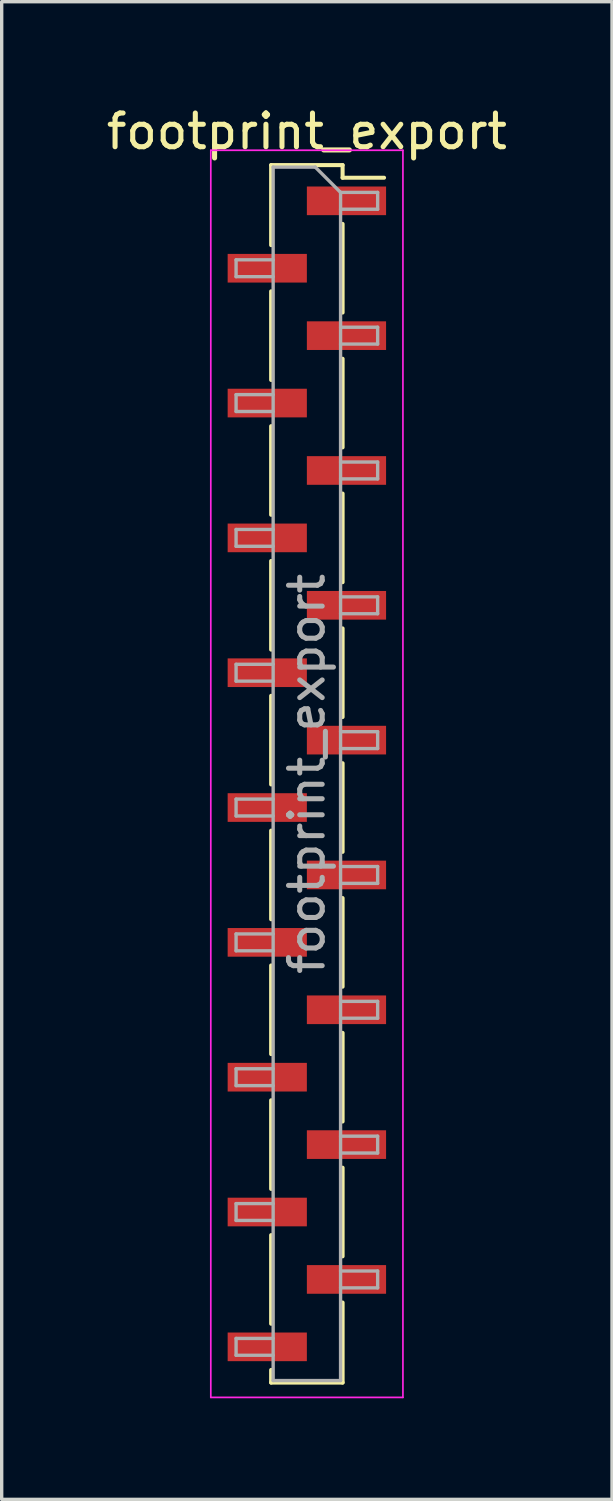
<source format=kicad_pcb>
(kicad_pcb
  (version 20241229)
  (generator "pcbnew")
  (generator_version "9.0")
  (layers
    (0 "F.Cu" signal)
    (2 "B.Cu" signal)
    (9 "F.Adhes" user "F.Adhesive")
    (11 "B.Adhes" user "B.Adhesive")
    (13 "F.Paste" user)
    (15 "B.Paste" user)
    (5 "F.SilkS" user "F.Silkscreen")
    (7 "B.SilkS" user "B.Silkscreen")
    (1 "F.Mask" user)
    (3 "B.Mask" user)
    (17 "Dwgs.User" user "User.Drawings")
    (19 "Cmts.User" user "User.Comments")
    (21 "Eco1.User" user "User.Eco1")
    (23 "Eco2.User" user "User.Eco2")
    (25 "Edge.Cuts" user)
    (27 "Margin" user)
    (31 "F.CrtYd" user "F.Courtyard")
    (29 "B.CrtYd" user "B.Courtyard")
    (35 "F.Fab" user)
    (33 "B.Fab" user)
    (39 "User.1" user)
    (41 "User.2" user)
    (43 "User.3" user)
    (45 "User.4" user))
  (footprint "footprint_export"
    (layer "F.Cu")
    (at 6.054 19.908)
    (property "Reference" "footprint_export" (at 0 -19.06 0) (layer "F.SilkS") (effects (font (size 1 1) (thickness 0.15))))
    (attr smd)
    (fp_line (start -1.06 -18.06) (end -1.06 -15.685) (stroke (width 0.12) (type solid)) (layer "F.SilkS"))
    (fp_line (start -1.06 -18.06) (end 1.06 -18.06) (stroke (width 0.12) (type solid)) (layer "F.SilkS"))
    (fp_line (start -1.06 -14.315) (end -1.06 -11.685) (stroke (width 0.12) (type solid)) (layer "F.SilkS"))
    (fp_line (start -1.06 -10.315) (end -1.06 -7.685) (stroke (width 0.12) (type solid)) (layer "F.SilkS"))
    (fp_line (start -1.06 -6.315) (end -1.06 -3.685) (stroke (width 0.12) (type solid)) (layer "F.SilkS"))
    (fp_line (start -1.06 -2.315) (end -1.06 0.315) (stroke (width 0.12) (type solid)) (layer "F.SilkS"))
    (fp_line (start -1.06 1.685) (end -1.06 4.315) (stroke (width 0.12) (type solid)) (layer "F.SilkS"))
    (fp_line (start -1.06 5.685) (end -1.06 8.315) (stroke (width 0.12) (type solid)) (layer "F.SilkS"))
    (fp_line (start -1.06 9.685) (end -1.06 12.315) (stroke (width 0.12) (type solid)) (layer "F.SilkS"))
    (fp_line (start -1.06 13.685) (end -1.06 16.315) (stroke (width 0.12) (type solid)) (layer "F.SilkS"))
    (fp_line (start -1.06 17.685) (end -1.06 18.06) (stroke (width 0.12) (type solid)) (layer "F.SilkS"))
    (fp_line (start -1.06 18.06) (end 1.06 18.06) (stroke (width 0.12) (type solid)) (layer "F.SilkS"))
    (fp_line (start 1.06 -18.06) (end 1.06 -17.685) (stroke (width 0.12) (type solid)) (layer "F.SilkS"))
    (fp_line (start 1.06 -17.685) (end 2.29 -17.685) (stroke (width 0.12) (type solid)) (layer "F.SilkS"))
    (fp_line (start 1.06 -16.315) (end 1.06 -13.685) (stroke (width 0.12) (type solid)) (layer "F.SilkS"))
    (fp_line (start 1.06 -12.315) (end 1.06 -9.685) (stroke (width 0.12) (type solid)) (layer "F.SilkS"))
    (fp_line (start 1.06 -8.315) (end 1.06 -5.685) (stroke (width 0.12) (type solid)) (layer "F.SilkS"))
    (fp_line (start 1.06 -4.315) (end 1.06 -1.685) (stroke (width 0.12) (type solid)) (layer "F.SilkS"))
    (fp_line (start 1.06 -0.315) (end 1.06 2.315) (stroke (width 0.12) (type solid)) (layer "F.SilkS"))
    (fp_line (start 1.06 3.685) (end 1.06 6.315) (stroke (width 0.12) (type solid)) (layer "F.SilkS"))
    (fp_line (start 1.06 7.685) (end 1.06 10.315) (stroke (width 0.12) (type solid)) (layer "F.SilkS"))
    (fp_line (start 1.06 11.685) (end 1.06 14.315) (stroke (width 0.12) (type solid)) (layer "F.SilkS"))
    (fp_line (start 1.06 15.685) (end 1.06 18.06) (stroke (width 0.12) (type solid)) (layer "F.SilkS"))
    (fp_line (start -2.85 -18.5) (end -2.85 18.5) (stroke (width 0.05) (type solid)) (layer "F.CrtYd"))
    (fp_line (start -2.85 18.5) (end 2.85 18.5) (stroke (width 0.05) (type solid)) (layer "F.CrtYd"))
    (fp_line (start 2.85 -18.5) (end -2.85 -18.5) (stroke (width 0.05) (type solid)) (layer "F.CrtYd"))
    (fp_line (start 2.85 18.5) (end 2.85 -18.5) (stroke (width 0.05) (type solid)) (layer "F.CrtYd"))
    (fp_line (start -2.1 -15.25) (end -2.1 -14.75) (stroke (width 0.1) (type solid)) (layer "F.Fab"))
    (fp_line (start -2.1 -14.75) (end -1 -14.75) (stroke (width 0.1) (type solid)) (layer "F.Fab"))
    (fp_line (start -2.1 -11.25) (end -2.1 -10.75) (stroke (width 0.1) (type solid)) (layer "F.Fab"))
    (fp_line (start -2.1 -10.75) (end -1 -10.75) (stroke (width 0.1) (type solid)) (layer "F.Fab"))
    (fp_line (start -2.1 -7.25) (end -2.1 -6.75) (stroke (width 0.1) (type solid)) (layer "F.Fab"))
    (fp_line (start -2.1 -6.75) (end -1 -6.75) (stroke (width 0.1) (type solid)) (layer "F.Fab"))
    (fp_line (start -2.1 -3.25) (end -2.1 -2.75) (stroke (width 0.1) (type solid)) (layer "F.Fab"))
    (fp_line (start -2.1 -2.75) (end -1 -2.75) (stroke (width 0.1) (type solid)) (layer "F.Fab"))
    (fp_line (start -2.1 0.75) (end -2.1 1.25) (stroke (width 0.1) (type solid)) (layer "F.Fab"))
    (fp_line (start -2.1 1.25) (end -1 1.25) (stroke (width 0.1) (type solid)) (layer "F.Fab"))
    (fp_line (start -2.1 4.75) (end -2.1 5.25) (stroke (width 0.1) (type solid)) (layer "F.Fab"))
    (fp_line (start -2.1 5.25) (end -1 5.25) (stroke (width 0.1) (type solid)) (layer "F.Fab"))
    (fp_line (start -2.1 8.75) (end -2.1 9.25) (stroke (width 0.1) (type solid)) (layer "F.Fab"))
    (fp_line (start -2.1 9.25) (end -1 9.25) (stroke (width 0.1) (type solid)) (layer "F.Fab"))
    (fp_line (start -2.1 12.75) (end -2.1 13.25) (stroke (width 0.1) (type solid)) (layer "F.Fab"))
    (fp_line (start -2.1 13.25) (end -1 13.25) (stroke (width 0.1) (type solid)) (layer "F.Fab"))
    (fp_line (start -2.1 16.75) (end -2.1 17.25) (stroke (width 0.1) (type solid)) (layer "F.Fab"))
    (fp_line (start -2.1 17.25) (end -1 17.25) (stroke (width 0.1) (type solid)) (layer "F.Fab"))
    (fp_line (start -1 -18) (end -1 18) (stroke (width 0.1) (type solid)) (layer "F.Fab"))
    (fp_line (start -1 -18) (end 0.25 -18) (stroke (width 0.1) (type solid)) (layer "F.Fab"))
    (fp_line (start -1 -15.25) (end -2.1 -15.25) (stroke (width 0.1) (type solid)) (layer "F.Fab"))
    (fp_line (start -1 -11.25) (end -2.1 -11.25) (stroke (width 0.1) (type solid)) (layer "F.Fab"))
    (fp_line (start -1 -7.25) (end -2.1 -7.25) (stroke (width 0.1) (type solid)) (layer "F.Fab"))
    (fp_line (start -1 -3.25) (end -2.1 -3.25) (stroke (width 0.1) (type solid)) (layer "F.Fab"))
    (fp_line (start -1 0.75) (end -2.1 0.75) (stroke (width 0.1) (type solid)) (layer "F.Fab"))
    (fp_line (start -1 4.75) (end -2.1 4.75) (stroke (width 0.1) (type solid)) (layer "F.Fab"))
    (fp_line (start -1 8.75) (end -2.1 8.75) (stroke (width 0.1) (type solid)) (layer "F.Fab"))
    (fp_line (start -1 12.75) (end -2.1 12.75) (stroke (width 0.1) (type solid)) (layer "F.Fab"))
    (fp_line (start -1 16.75) (end -2.1 16.75) (stroke (width 0.1) (type solid)) (layer "F.Fab"))
    (fp_line (start 1 -17.25) (end 0.25 -18) (stroke (width 0.1) (type solid)) (layer "F.Fab"))
    (fp_line (start 1 -17.25) (end 2.1 -17.25) (stroke (width 0.1) (type solid)) (layer "F.Fab"))
    (fp_line (start 1 -13.25) (end 2.1 -13.25) (stroke (width 0.1) (type solid)) (layer "F.Fab"))
    (fp_line (start 1 -9.25) (end 2.1 -9.25) (stroke (width 0.1) (type solid)) (layer "F.Fab"))
    (fp_line (start 1 -5.25) (end 2.1 -5.25) (stroke (width 0.1) (type solid)) (layer "F.Fab"))
    (fp_line (start 1 -1.25) (end 2.1 -1.25) (stroke (width 0.1) (type solid)) (layer "F.Fab"))
    (fp_line (start 1 2.75) (end 2.1 2.75) (stroke (width 0.1) (type solid)) (layer "F.Fab"))
    (fp_line (start 1 6.75) (end 2.1 6.75) (stroke (width 0.1) (type solid)) (layer "F.Fab"))
    (fp_line (start 1 10.75) (end 2.1 10.75) (stroke (width 0.1) (type solid)) (layer "F.Fab"))
    (fp_line (start 1 14.75) (end 2.1 14.75) (stroke (width 0.1) (type solid)) (layer "F.Fab"))
    (fp_line (start 1 18) (end -1 18) (stroke (width 0.1) (type solid)) (layer "F.Fab"))
    (fp_line (start 1 18) (end 1 -17.25) (stroke (width 0.1) (type solid)) (layer "F.Fab"))
    (fp_line (start 2.1 -17.25) (end 2.1 -16.75) (stroke (width 0.1) (type solid)) (layer "F.Fab"))
    (fp_line (start 2.1 -16.75) (end 1 -16.75) (stroke (width 0.1) (type solid)) (layer "F.Fab"))
    (fp_line (start 2.1 -13.25) (end 2.1 -12.75) (stroke (width 0.1) (type solid)) (layer "F.Fab"))
    (fp_line (start 2.1 -12.75) (end 1 -12.75) (stroke (width 0.1) (type solid)) (layer "F.Fab"))
    (fp_line (start 2.1 -9.25) (end 2.1 -8.75) (stroke (width 0.1) (type solid)) (layer "F.Fab"))
    (fp_line (start 2.1 -8.75) (end 1 -8.75) (stroke (width 0.1) (type solid)) (layer "F.Fab"))
    (fp_line (start 2.1 -5.25) (end 2.1 -4.75) (stroke (width 0.1) (type solid)) (layer "F.Fab"))
    (fp_line (start 2.1 -4.75) (end 1 -4.75) (stroke (width 0.1) (type solid)) (layer "F.Fab"))
    (fp_line (start 2.1 -1.25) (end 2.1 -0.75) (stroke (width 0.1) (type solid)) (layer "F.Fab"))
    (fp_line (start 2.1 -0.75) (end 1 -0.75) (stroke (width 0.1) (type solid)) (layer "F.Fab"))
    (fp_line (start 2.1 2.75) (end 2.1 3.25) (stroke (width 0.1) (type solid)) (layer "F.Fab"))
    (fp_line (start 2.1 3.25) (end 1 3.25) (stroke (width 0.1) (type solid)) (layer "F.Fab"))
    (fp_line (start 2.1 6.75) (end 2.1 7.25) (stroke (width 0.1) (type solid)) (layer "F.Fab"))
    (fp_line (start 2.1 7.25) (end 1 7.25) (stroke (width 0.1) (type solid)) (layer "F.Fab"))
    (fp_line (start 2.1 10.75) (end 2.1 11.25) (stroke (width 0.1) (type solid)) (layer "F.Fab"))
    (fp_line (start 2.1 11.25) (end 1 11.25) (stroke (width 0.1) (type solid)) (layer "F.Fab"))
    (fp_line (start 2.1 14.75) (end 2.1 15.25) (stroke (width 0.1) (type solid)) (layer "F.Fab"))
    (fp_line (start 2.1 15.25) (end 1 15.25) (stroke (width 0.1) (type solid)) (layer "F.Fab"))
    (fp_text user "${REFERENCE}" (at 0 0 90) (layer "F.Fab") (effects (font (size 1 1) (thickness 0.15))))
    (pad "1" smd rect (at 1.175 -17) (size 2.35 0.85) (layers "F.Cu" "F.Mask" "F.Paste"))
    (pad "2" smd rect (at -1.175 -15) (size 2.35 0.85) (layers "F.Cu" "F.Mask" "F.Paste"))
    (pad "3" smd rect (at 1.175 -13) (size 2.35 0.85) (layers "F.Cu" "F.Mask" "F.Paste"))
    (pad "4" smd rect (at -1.175 -11) (size 2.35 0.85) (layers "F.Cu" "F.Mask" "F.Paste"))
    (pad "5" smd rect (at 1.175 -9) (size 2.35 0.85) (layers "F.Cu" "F.Mask" "F.Paste"))
    (pad "6" smd rect (at -1.175 -7) (size 2.35 0.85) (layers "F.Cu" "F.Mask" "F.Paste"))
    (pad "7" smd rect (at 1.175 -5) (size 2.35 0.85) (layers "F.Cu" "F.Mask" "F.Paste"))
    (pad "8" smd rect (at -1.175 -3) (size 2.35 0.85) (layers "F.Cu" "F.Mask" "F.Paste"))
    (pad "9" smd rect (at 1.175 -1) (size 2.35 0.85) (layers "F.Cu" "F.Mask" "F.Paste"))
    (pad "10" smd rect (at -1.175 1) (size 2.35 0.85) (layers "F.Cu" "F.Mask" "F.Paste"))
    (pad "11" smd rect (at 1.175 3) (size 2.35 0.85) (layers "F.Cu" "F.Mask" "F.Paste"))
    (pad "12" smd rect (at -1.175 5) (size 2.35 0.85) (layers "F.Cu" "F.Mask" "F.Paste"))
    (pad "13" smd rect (at 1.175 7) (size 2.35 0.85) (layers "F.Cu" "F.Mask" "F.Paste"))
    (pad "14" smd rect (at -1.175 9) (size 2.35 0.85) (layers "F.Cu" "F.Mask" "F.Paste"))
    (pad "15" smd rect (at 1.175 11) (size 2.35 0.85) (layers "F.Cu" "F.Mask" "F.Paste"))
    (pad "16" smd rect (at -1.175 13) (size 2.35 0.85) (layers "F.Cu" "F.Mask" "F.Paste"))
    (pad "17" smd rect (at 1.175 15) (size 2.35 0.85) (layers "F.Cu" "F.Mask" "F.Paste"))
    (pad "18" smd rect (at -1.175 17) (size 2.35 0.85) (layers "F.Cu" "F.Mask" "F.Paste")))
  (gr_rect
    (start -3 -3)
    (end 15.107 41.433)
    (stroke (width 0.1) (type default))
    (fill no)
    (layer "Edge.Cuts")))
</source>
